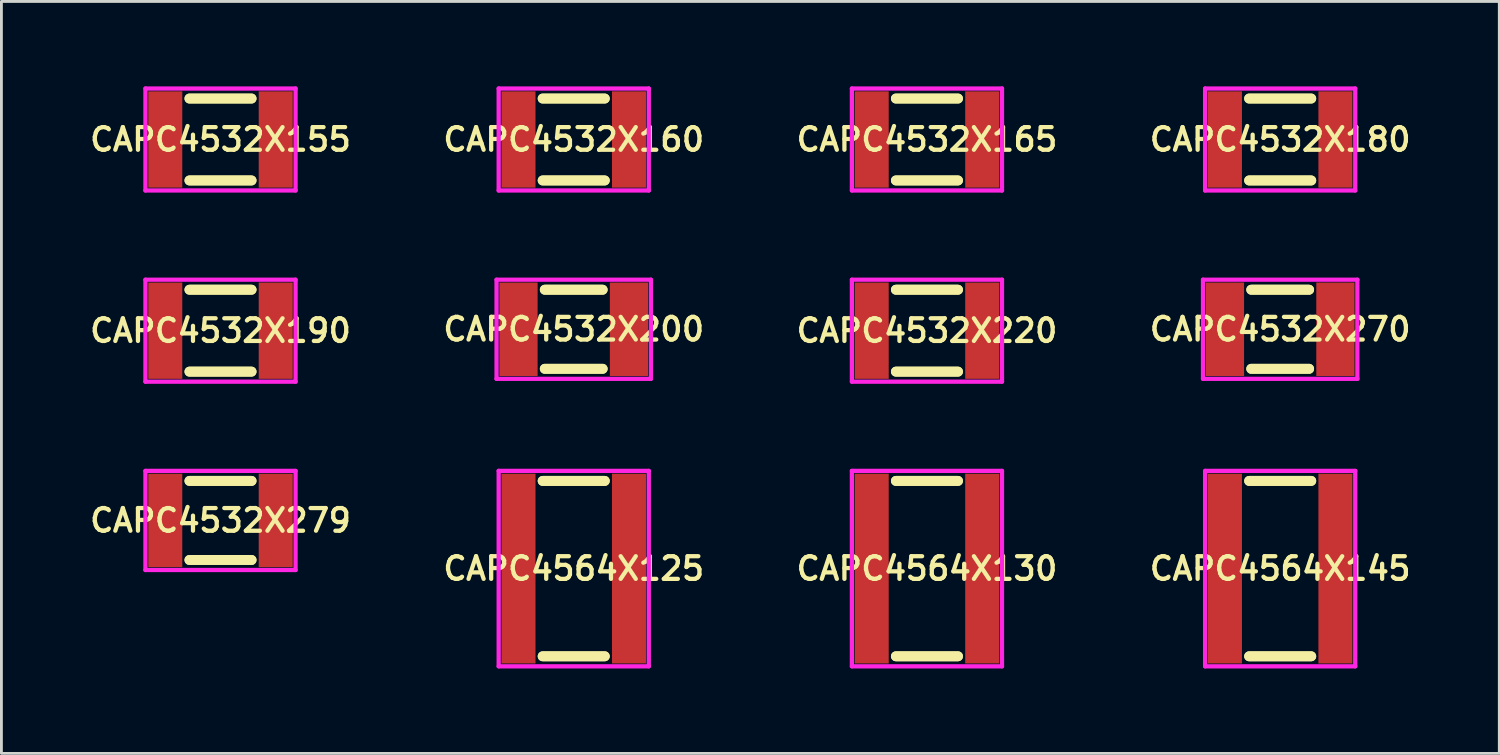
<source format=kicad_pcb>
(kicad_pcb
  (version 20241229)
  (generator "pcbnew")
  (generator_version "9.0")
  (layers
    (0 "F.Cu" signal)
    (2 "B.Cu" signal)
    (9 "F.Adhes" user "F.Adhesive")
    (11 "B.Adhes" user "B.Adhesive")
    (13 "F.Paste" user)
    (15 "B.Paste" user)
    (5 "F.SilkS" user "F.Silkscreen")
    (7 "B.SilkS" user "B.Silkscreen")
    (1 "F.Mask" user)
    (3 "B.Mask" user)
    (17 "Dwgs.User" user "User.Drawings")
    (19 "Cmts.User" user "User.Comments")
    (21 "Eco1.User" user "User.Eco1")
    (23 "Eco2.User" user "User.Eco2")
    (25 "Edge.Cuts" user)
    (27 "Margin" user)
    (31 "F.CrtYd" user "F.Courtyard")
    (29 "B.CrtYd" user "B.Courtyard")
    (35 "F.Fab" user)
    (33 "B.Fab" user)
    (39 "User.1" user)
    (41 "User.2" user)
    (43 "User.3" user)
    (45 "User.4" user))
  (footprint "CAPC4564X130"
    (layer "F.Cu")
    (at 29.677 17.025)
    (property "Reference" "CAPC4564X130" (at 0 0 0) (layer "F.SilkS") (effects (font (size 0.8 0.8) (thickness 0.15))))
    (attr through_hole)
    (fp_line (start -1.096 -3.096) (end 1.096 -3.096) (stroke (width 0.35) (type solid)) (layer "F.SilkS"))
    (fp_line (start -1.096 3.096) (end 1.096 3.096) (stroke (width 0.35) (type solid)) (layer "F.SilkS"))
    (fp_line (start 1.096 -3.096) (end -1.096 -3.096) (stroke (width 0.35) (type solid)) (layer "F.SilkS"))
    (fp_line (start 1.096 3.096) (end -1.096 3.096) (stroke (width 0.35) (type solid)) (layer "F.SilkS"))
    (fp_line (start -2.65 -3.45) (end 2.65 -3.45) (stroke (width 0.15) (type solid)) (layer "F.CrtYd"))
    (fp_line (start -2.65 3.45) (end -2.65 -3.45) (stroke (width 0.15) (type solid)) (layer "F.CrtYd"))
    (fp_line (start 2.65 -3.45) (end 2.65 3.45) (stroke (width 0.15) (type solid)) (layer "F.CrtYd"))
    (fp_line (start 2.65 3.45) (end -2.65 3.45) (stroke (width 0.15) (type solid)) (layer "F.CrtYd"))
    (pad "1" smd rect (at -1.95 0) (size 1.2 6.7) (layers "F.Cu" "F.Mask" "F.Paste"))
    (pad "2" smd rect (at 1.95 0) (size 1.2 6.7) (layers "F.Cu" "F.Mask" "F.Paste")))
  (footprint "CAPC4532X160"
    (layer "F.Cu")
    (at 17.206 1.875)
    (property "Reference" "CAPC4532X160" (at 0 0 0) (layer "F.SilkS") (effects (font (size 0.8 0.8) (thickness 0.15))))
    (attr smd)
    (fp_line (start -1.096 -1.446) (end 1.096 -1.446) (stroke (width 0.35) (type solid)) (layer "F.SilkS"))
    (fp_line (start -1.096 1.446) (end 1.096 1.446) (stroke (width 0.35) (type solid)) (layer "F.SilkS"))
    (fp_line (start 1.096 -1.446) (end -1.096 -1.446) (stroke (width 0.35) (type solid)) (layer "F.SilkS"))
    (fp_line (start 1.096 1.446) (end -1.096 1.446) (stroke (width 0.35) (type solid)) (layer "F.SilkS"))
    (fp_line (start -2.65 -1.8) (end 2.65 -1.8) (stroke (width 0.15) (type solid)) (layer "F.CrtYd"))
    (fp_line (start -2.65 1.8) (end -2.65 -1.8) (stroke (width 0.15) (type solid)) (layer "F.CrtYd"))
    (fp_line (start 2.65 -1.8) (end 2.65 1.8) (stroke (width 0.15) (type solid)) (layer "F.CrtYd"))
    (fp_line (start 2.65 1.8) (end -2.65 1.8) (stroke (width 0.15) (type solid)) (layer "F.CrtYd"))
    (pad "1" smd rect (at -1.95 0) (size 1.2 3.4) (layers "F.Cu" "F.Mask" "F.Paste"))
    (pad "2" smd rect (at 1.95 0) (size 1.2 3.4) (layers "F.Cu" "F.Mask" "F.Paste")))
  (footprint "CAPC4532X190"
    (layer "F.Cu")
    (at 4.735 8.625)
    (property "Reference" "CAPC4532X190" (at 0 0 0) (layer "F.SilkS") (effects (font (size 0.8 0.8) (thickness 0.15))))
    (attr through_hole)
    (fp_line (start -1.096 -1.446) (end 1.096 -1.446) (stroke (width 0.35) (type solid)) (layer "F.SilkS"))
    (fp_line (start -1.096 1.446) (end 1.096 1.446) (stroke (width 0.35) (type solid)) (layer "F.SilkS"))
    (fp_line (start 1.096 -1.446) (end -1.096 -1.446) (stroke (width 0.35) (type solid)) (layer "F.SilkS"))
    (fp_line (start 1.096 1.446) (end -1.096 1.446) (stroke (width 0.35) (type solid)) (layer "F.SilkS"))
    (fp_line (start -2.65 -1.8) (end 2.65 -1.8) (stroke (width 0.15) (type solid)) (layer "F.CrtYd"))
    (fp_line (start -2.65 1.8) (end -2.65 -1.8) (stroke (width 0.15) (type solid)) (layer "F.CrtYd"))
    (fp_line (start 2.65 -1.8) (end 2.65 1.8) (stroke (width 0.15) (type solid)) (layer "F.CrtYd"))
    (fp_line (start 2.65 1.8) (end -2.65 1.8) (stroke (width 0.15) (type solid)) (layer "F.CrtYd"))
    (pad "1" smd rect (at -1.95 0) (size 1.2 3.4) (layers "F.Cu" "F.Mask" "F.Paste"))
    (pad "2" smd rect (at 1.95 0) (size 1.2 3.4) (layers "F.Cu" "F.Mask" "F.Paste")))
  (footprint "CAPC4564X125"
    (layer "F.Cu")
    (at 17.206 17.025)
    (property "Reference" "CAPC4564X125" (at 0 0 0) (layer "F.SilkS") (effects (font (size 0.8 0.8) (thickness 0.15))))
    (attr smd)
    (fp_line (start -1.096 -3.096) (end 1.096 -3.096) (stroke (width 0.35) (type solid)) (layer "F.SilkS"))
    (fp_line (start -1.096 3.096) (end 1.096 3.096) (stroke (width 0.35) (type solid)) (layer "F.SilkS"))
    (fp_line (start 1.096 -3.096) (end -1.096 -3.096) (stroke (width 0.35) (type solid)) (layer "F.SilkS"))
    (fp_line (start 1.096 3.096) (end -1.096 3.096) (stroke (width 0.35) (type solid)) (layer "F.SilkS"))
    (fp_line (start -2.65 -3.45) (end 2.65 -3.45) (stroke (width 0.15) (type solid)) (layer "F.CrtYd"))
    (fp_line (start -2.65 3.45) (end -2.65 -3.45) (stroke (width 0.15) (type solid)) (layer "F.CrtYd"))
    (fp_line (start 2.65 -3.45) (end 2.65 3.45) (stroke (width 0.15) (type solid)) (layer "F.CrtYd"))
    (fp_line (start 2.65 3.45) (end -2.65 3.45) (stroke (width 0.15) (type solid)) (layer "F.CrtYd"))
    (pad "1" smd rect (at -1.95 0) (size 1.2 6.7) (layers "F.Cu" "F.Mask" "F.Paste"))
    (pad "2" smd rect (at 1.95 0) (size 1.2 6.7) (layers "F.Cu" "F.Mask" "F.Paste")))
  (footprint "CAPC4532X270"
    (layer "F.Cu")
    (at 42.148 8.575)
    (property "Reference" "CAPC4532X270" (at 0 0 0) (layer "F.SilkS") (effects (font (size 0.8 0.8) (thickness 0.15))))
    (attr smd)
    (fp_line (start -1.021 -1.396) (end 1.021 -1.396) (stroke (width 0.35) (type solid)) (layer "F.SilkS"))
    (fp_line (start -1.021 1.396) (end 1.021 1.396) (stroke (width 0.35) (type solid)) (layer "F.SilkS"))
    (fp_line (start 1.021 -1.396) (end -1.021 -1.396) (stroke (width 0.35) (type solid)) (layer "F.SilkS"))
    (fp_line (start 1.021 1.396) (end -1.021 1.396) (stroke (width 0.35) (type solid)) (layer "F.SilkS"))
    (fp_line (start -2.725 -1.75) (end 2.725 -1.75) (stroke (width 0.15) (type solid)) (layer "F.CrtYd"))
    (fp_line (start -2.725 1.75) (end -2.725 -1.75) (stroke (width 0.15) (type solid)) (layer "F.CrtYd"))
    (fp_line (start 2.725 -1.75) (end 2.725 1.75) (stroke (width 0.15) (type solid)) (layer "F.CrtYd"))
    (fp_line (start 2.725 1.75) (end -2.725 1.75) (stroke (width 0.15) (type solid)) (layer "F.CrtYd"))
    (pad "1" smd rect (at -1.95 0) (size 1.35 3.3) (layers "F.Cu" "F.Mask" "F.Paste"))
    (pad "2" smd rect (at 1.95 0) (size 1.35 3.3) (layers "F.Cu" "F.Mask" "F.Paste")))
  (footprint "CAPC4532X279"
    (layer "F.Cu")
    (at 4.735 15.325)
    (property "Reference" "CAPC4532X279" (at 0 0 0) (layer "F.SilkS") (effects (font (size 0.8 0.8) (thickness 0.15))))
    (attr smd)
    (fp_line (start -1.096 -1.396) (end 1.096 -1.396) (stroke (width 0.35) (type solid)) (layer "F.SilkS"))
    (fp_line (start -1.096 1.396) (end 1.096 1.396) (stroke (width 0.35) (type solid)) (layer "F.SilkS"))
    (fp_line (start 1.096 -1.396) (end -1.096 -1.396) (stroke (width 0.35) (type solid)) (layer "F.SilkS"))
    (fp_line (start 1.096 1.396) (end -1.096 1.396) (stroke (width 0.35) (type solid)) (layer "F.SilkS"))
    (fp_line (start -2.65 -1.75) (end 2.65 -1.75) (stroke (width 0.15) (type solid)) (layer "F.CrtYd"))
    (fp_line (start -2.65 1.75) (end -2.65 -1.75) (stroke (width 0.15) (type solid)) (layer "F.CrtYd"))
    (fp_line (start 2.65 -1.75) (end 2.65 1.75) (stroke (width 0.15) (type solid)) (layer "F.CrtYd"))
    (fp_line (start 2.65 1.75) (end -2.65 1.75) (stroke (width 0.15) (type solid)) (layer "F.CrtYd"))
    (pad "1" smd rect (at -1.95 0) (size 1.2 3.3) (layers "F.Cu" "F.Mask" "F.Paste"))
    (pad "2" smd rect (at 1.95 0) (size 1.2 3.3) (layers "F.Cu" "F.Mask" "F.Paste")))
  (footprint "CAPC4532X180"
    (layer "F.Cu")
    (at 42.148 1.875)
    (property "Reference" "CAPC4532X180" (at 0 0 0) (layer "F.SilkS") (effects (font (size 0.8 0.8) (thickness 0.15))))
    (attr smd)
    (fp_line (start -1.096 -1.446) (end 1.096 -1.446) (stroke (width 0.35) (type solid)) (layer "F.SilkS"))
    (fp_line (start -1.096 1.446) (end 1.096 1.446) (stroke (width 0.35) (type solid)) (layer "F.SilkS"))
    (fp_line (start 1.096 -1.446) (end -1.096 -1.446) (stroke (width 0.35) (type solid)) (layer "F.SilkS"))
    (fp_line (start 1.096 1.446) (end -1.096 1.446) (stroke (width 0.35) (type solid)) (layer "F.SilkS"))
    (fp_line (start -2.65 -1.8) (end 2.65 -1.8) (stroke (width 0.15) (type solid)) (layer "F.CrtYd"))
    (fp_line (start -2.65 1.8) (end -2.65 -1.8) (stroke (width 0.15) (type solid)) (layer "F.CrtYd"))
    (fp_line (start 2.65 -1.8) (end 2.65 1.8) (stroke (width 0.15) (type solid)) (layer "F.CrtYd"))
    (fp_line (start 2.65 1.8) (end -2.65 1.8) (stroke (width 0.15) (type solid)) (layer "F.CrtYd"))
    (pad "1" smd rect (at -1.95 0) (size 1.2 3.4) (layers "F.Cu" "F.Mask" "F.Paste"))
    (pad "2" smd rect (at 1.95 0) (size 1.2 3.4) (layers "F.Cu" "F.Mask" "F.Paste")))
  (footprint "CAPC4532X165"
    (layer "F.Cu")
    (at 29.677 1.875)
    (property "Reference" "CAPC4532X165" (at 0 0 0) (layer "F.SilkS") (effects (font (size 0.8 0.8) (thickness 0.15))))
    (attr through_hole)
    (fp_line (start -1.096 -1.446) (end 1.096 -1.446) (stroke (width 0.35) (type solid)) (layer "F.SilkS"))
    (fp_line (start -1.096 1.446) (end 1.096 1.446) (stroke (width 0.35) (type solid)) (layer "F.SilkS"))
    (fp_line (start 1.096 -1.446) (end -1.096 -1.446) (stroke (width 0.35) (type solid)) (layer "F.SilkS"))
    (fp_line (start 1.096 1.446) (end -1.096 1.446) (stroke (width 0.35) (type solid)) (layer "F.SilkS"))
    (fp_line (start -2.65 -1.8) (end 2.65 -1.8) (stroke (width 0.15) (type solid)) (layer "F.CrtYd"))
    (fp_line (start -2.65 1.8) (end -2.65 -1.8) (stroke (width 0.15) (type solid)) (layer "F.CrtYd"))
    (fp_line (start 2.65 -1.8) (end 2.65 1.8) (stroke (width 0.15) (type solid)) (layer "F.CrtYd"))
    (fp_line (start 2.65 1.8) (end -2.65 1.8) (stroke (width 0.15) (type solid)) (layer "F.CrtYd"))
    (pad "1" smd rect (at -1.95 0) (size 1.2 3.4) (layers "F.Cu" "F.Mask" "F.Paste"))
    (pad "2" smd rect (at 1.95 0) (size 1.2 3.4) (layers "F.Cu" "F.Mask" "F.Paste")))
  (footprint "CAPC4532X155"
    (layer "F.Cu")
    (at 4.735 1.875)
    (property "Reference" "CAPC4532X155" (at 0 0 0) (layer "F.SilkS") (effects (font (size 0.8 0.8) (thickness 0.15))))
    (attr smd)
    (fp_line (start -1.096 -1.446) (end 1.096 -1.446) (stroke (width 0.35) (type solid)) (layer "F.SilkS"))
    (fp_line (start -1.096 1.446) (end 1.096 1.446) (stroke (width 0.35) (type solid)) (layer "F.SilkS"))
    (fp_line (start 1.096 -1.446) (end -1.096 -1.446) (stroke (width 0.35) (type solid)) (layer "F.SilkS"))
    (fp_line (start 1.096 1.446) (end -1.096 1.446) (stroke (width 0.35) (type solid)) (layer "F.SilkS"))
    (fp_line (start -2.65 -1.8) (end 2.65 -1.8) (stroke (width 0.15) (type solid)) (layer "F.CrtYd"))
    (fp_line (start -2.65 1.8) (end -2.65 -1.8) (stroke (width 0.15) (type solid)) (layer "F.CrtYd"))
    (fp_line (start 2.65 -1.8) (end 2.65 1.8) (stroke (width 0.15) (type solid)) (layer "F.CrtYd"))
    (fp_line (start 2.65 1.8) (end -2.65 1.8) (stroke (width 0.15) (type solid)) (layer "F.CrtYd"))
    (pad "1" smd rect (at -1.95 0) (size 1.2 3.4) (layers "F.Cu" "F.Mask" "F.Paste"))
    (pad "2" smd rect (at 1.95 0) (size 1.2 3.4) (layers "F.Cu" "F.Mask" "F.Paste")))
  (footprint "CAPC4532X200"
    (layer "F.Cu")
    (at 17.206 8.575)
    (property "Reference" "CAPC4532X200" (at 0 0 0) (layer "F.SilkS") (effects (font (size 0.8 0.8) (thickness 0.15))))
    (attr smd)
    (fp_line (start -1.021 -1.396) (end 1.021 -1.396) (stroke (width 0.35) (type solid)) (layer "F.SilkS"))
    (fp_line (start -1.021 1.396) (end 1.021 1.396) (stroke (width 0.35) (type solid)) (layer "F.SilkS"))
    (fp_line (start 1.021 -1.396) (end -1.021 -1.396) (stroke (width 0.35) (type solid)) (layer "F.SilkS"))
    (fp_line (start 1.021 1.396) (end -1.021 1.396) (stroke (width 0.35) (type solid)) (layer "F.SilkS"))
    (fp_line (start -2.725 -1.75) (end 2.725 -1.75) (stroke (width 0.15) (type solid)) (layer "F.CrtYd"))
    (fp_line (start -2.725 1.75) (end -2.725 -1.75) (stroke (width 0.15) (type solid)) (layer "F.CrtYd"))
    (fp_line (start 2.725 -1.75) (end 2.725 1.75) (stroke (width 0.15) (type solid)) (layer "F.CrtYd"))
    (fp_line (start 2.725 1.75) (end -2.725 1.75) (stroke (width 0.15) (type solid)) (layer "F.CrtYd"))
    (pad "1" smd rect (at -1.95 0) (size 1.35 3.3) (layers "F.Cu" "F.Mask" "F.Paste"))
    (pad "2" smd rect (at 1.95 0) (size 1.35 3.3) (layers "F.Cu" "F.Mask" "F.Paste")))
  (footprint "CAPC4532X220"
    (layer "F.Cu")
    (at 29.677 8.625)
    (property "Reference" "CAPC4532X220" (at 0 0 0) (layer "F.SilkS") (effects (font (size 0.8 0.8) (thickness 0.15))))
    (attr smd)
    (fp_line (start -1.096 -1.446) (end 1.096 -1.446) (stroke (width 0.35) (type solid)) (layer "F.SilkS"))
    (fp_line (start -1.096 1.446) (end 1.096 1.446) (stroke (width 0.35) (type solid)) (layer "F.SilkS"))
    (fp_line (start 1.096 -1.446) (end -1.096 -1.446) (stroke (width 0.35) (type solid)) (layer "F.SilkS"))
    (fp_line (start 1.096 1.446) (end -1.096 1.446) (stroke (width 0.35) (type solid)) (layer "F.SilkS"))
    (fp_line (start -2.65 -1.8) (end 2.65 -1.8) (stroke (width 0.15) (type solid)) (layer "F.CrtYd"))
    (fp_line (start -2.65 1.8) (end -2.65 -1.8) (stroke (width 0.15) (type solid)) (layer "F.CrtYd"))
    (fp_line (start 2.65 -1.8) (end 2.65 1.8) (stroke (width 0.15) (type solid)) (layer "F.CrtYd"))
    (fp_line (start 2.65 1.8) (end -2.65 1.8) (stroke (width 0.15) (type solid)) (layer "F.CrtYd"))
    (pad "1" smd rect (at -1.95 0) (size 1.2 3.4) (layers "F.Cu" "F.Mask" "F.Paste"))
    (pad "2" smd rect (at 1.95 0) (size 1.2 3.4) (layers "F.Cu" "F.Mask" "F.Paste")))
  (footprint "CAPC4564X145"
    (layer "F.Cu")
    (at 42.148 17.025)
    (property "Reference" "CAPC4564X145" (at 0 0 0) (layer "F.SilkS") (effects (font (size 0.8 0.8) (thickness 0.15))))
    (attr smd)
    (fp_line (start -1.096 -3.096) (end 1.096 -3.096) (stroke (width 0.35) (type solid)) (layer "F.SilkS"))
    (fp_line (start -1.096 3.096) (end 1.096 3.096) (stroke (width 0.35) (type solid)) (layer "F.SilkS"))
    (fp_line (start 1.096 -3.096) (end -1.096 -3.096) (stroke (width 0.35) (type solid)) (layer "F.SilkS"))
    (fp_line (start 1.096 3.096) (end -1.096 3.096) (stroke (width 0.35) (type solid)) (layer "F.SilkS"))
    (fp_line (start -2.65 -3.45) (end 2.65 -3.45) (stroke (width 0.15) (type solid)) (layer "F.CrtYd"))
    (fp_line (start -2.65 3.45) (end -2.65 -3.45) (stroke (width 0.15) (type solid)) (layer "F.CrtYd"))
    (fp_line (start 2.65 -3.45) (end 2.65 3.45) (stroke (width 0.15) (type solid)) (layer "F.CrtYd"))
    (fp_line (start 2.65 3.45) (end -2.65 3.45) (stroke (width 0.15) (type solid)) (layer "F.CrtYd"))
    (pad "1" smd rect (at -1.95 0) (size 1.2 6.7) (layers "F.Cu" "F.Mask" "F.Paste"))
    (pad "2" smd rect (at 1.95 0) (size 1.2 6.7) (layers "F.Cu" "F.Mask" "F.Paste")))
  (gr_rect
    (start -3 -3)
    (end 49.884 23.55)
    (stroke (width 0.1) (type default))
    (fill no)
    (layer "Edge.Cuts")))
</source>
